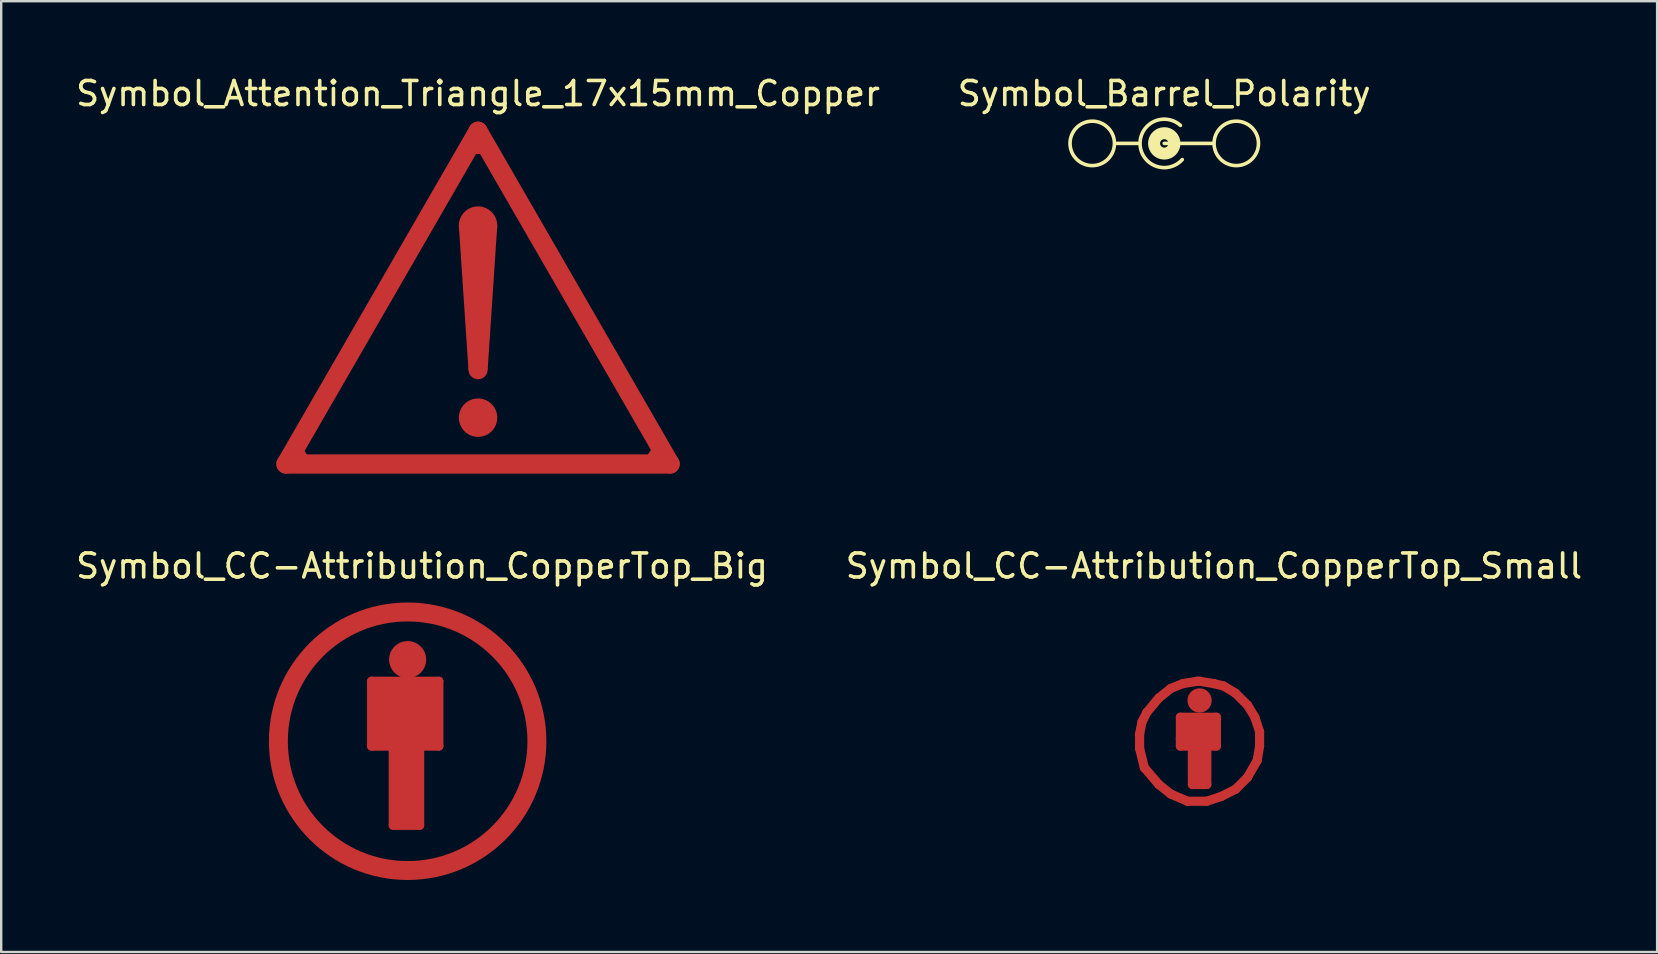
<source format=kicad_pcb>
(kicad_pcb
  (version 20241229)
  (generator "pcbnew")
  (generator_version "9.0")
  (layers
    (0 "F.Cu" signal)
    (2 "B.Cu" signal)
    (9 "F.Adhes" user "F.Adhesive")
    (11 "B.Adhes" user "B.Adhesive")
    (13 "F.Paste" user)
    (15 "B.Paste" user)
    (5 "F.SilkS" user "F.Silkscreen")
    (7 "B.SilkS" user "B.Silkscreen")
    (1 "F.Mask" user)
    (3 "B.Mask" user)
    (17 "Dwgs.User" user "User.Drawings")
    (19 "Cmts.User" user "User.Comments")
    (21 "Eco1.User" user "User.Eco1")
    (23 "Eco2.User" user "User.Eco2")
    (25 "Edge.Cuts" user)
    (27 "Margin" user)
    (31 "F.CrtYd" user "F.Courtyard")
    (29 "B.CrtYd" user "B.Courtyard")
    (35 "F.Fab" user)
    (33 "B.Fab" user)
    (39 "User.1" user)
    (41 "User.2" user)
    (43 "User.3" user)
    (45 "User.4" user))
  (footprint "Symbol_Attention_Triangle_17x15mm_Copper"
    (layer "F.Cu")
    (at 16.863 9.348)
    (property "Reference" "Symbol_Attention_Triangle_17x15mm_Copper" (at 0 -8.5 0) (layer "F.SilkS") (effects (font (size 1 1) (thickness 0.15))))
    (attr exclude_from_pos_files exclude_from_bom)
    (fp_line (start -8 6.93) (end 0 -6.93) (stroke (width 0.8) (type solid)) (layer "F.Cu"))
    (fp_line (start -7.137 6.705) (end -7.403 6.295) (stroke (width 0.2) (type default)) (layer "F.Cu"))
    (fp_line (start -0.27 -6.08) (end 0.25 -6.08) (stroke (width 0.2) (type default)) (layer "F.Cu"))
    (fp_line (start 7.097 6.685) (end 7.363 6.275) (stroke (width 0.2) (type default)) (layer "F.Cu"))
    (fp_line (start 8 6.93) (end -8 6.93) (stroke (width 0.8) (type solid)) (layer "F.Cu"))
    (fp_line (start 8 6.93) (end 0 -6.93) (stroke (width 0.8) (type solid)) (layer "F.Cu"))
    (fp_line (start 8 6.93) (end 7.55 6.15) (stroke (width 0.2) (type default)) (layer "F.Cu"))
    (fp_circle (center 0 -3) (end 0.8 -3) (stroke (width 0) (type solid)) (fill yes) (layer "F.Cu"))
    (fp_circle (center 0 3) (end 0.4 3) (stroke (width 0) (type solid)) (fill yes) (layer "F.Cu"))
    (fp_circle (center 0 5) (end 0.8 5) (stroke (width 0) (type solid)) (fill yes) (layer "F.Cu"))
    (fp_poly (pts (xy -0.4 3) (xy 0.4 3) (xy 0.8 -3) (xy -0.8 -3)) (stroke (width 0) (type solid)) (fill yes) (layer "F.Cu")))
  (footprint "Symbol_CC-Attribution_CopperTop_Big"
    (layer "F.Cu")
    (at 13.93 27.826)
    (property "Reference" "Symbol_CC-Attribution_CopperTop_Big" (at 0.599 -7.3 0) (layer "F.SilkS") (effects (font (size 1 1) (thickness 0.15))))
    (attr exclude_from_pos_files exclude_from_bom)
    (fp_line (start -5.4 0.099) (end -5.199 1.3) (stroke (width 0.381) (type solid)) (layer "F.Cu"))
    (fp_line (start -5.301 -1.1) (end -5.4 0.099) (stroke (width 0.381) (type solid)) (layer "F.Cu"))
    (fp_line (start -5.199 1.3) (end -4.801 2.4) (stroke (width 0.381) (type solid)) (layer "F.Cu"))
    (fp_line (start -5.001 -2.101) (end -5.301 -1.1) (stroke (width 0.381) (type solid)) (layer "F.Cu"))
    (fp_line (start -4.801 2.4) (end -3.8 3.899) (stroke (width 0.381) (type solid)) (layer "F.Cu"))
    (fp_line (start -4.501 -3) (end -5.001 -2.101) (stroke (width 0.381) (type solid)) (layer "F.Cu"))
    (fp_line (start -4 -3.599) (end -4.501 -3) (stroke (width 0.381) (type solid)) (layer "F.Cu"))
    (fp_line (start -3.8 3.899) (end -2.601 4.801) (stroke (width 0.381) (type solid)) (layer "F.Cu"))
    (fp_line (start -3.299 -4.201) (end -4 -3.599) (stroke (width 0.381) (type solid)) (layer "F.Cu"))
    (fp_line (start -2.7 -4.699) (end -3.299 -4.201) (stroke (width 0.381) (type solid)) (layer "F.Cu"))
    (fp_line (start -2.601 4.801) (end -1.3 5.301) (stroke (width 0.381) (type solid)) (layer "F.Cu"))
    (fp_line (start -1.999 -4.9) (end -2.7 -4.699) (stroke (width 0.381) (type solid)) (layer "F.Cu"))
    (fp_line (start -1.501 -2.499) (end 1.3 -2.499) (stroke (width 0.381) (type solid)) (layer "F.Cu"))
    (fp_line (start -1.501 0.201) (end -1.501 -2.499) (stroke (width 0.381) (type solid)) (layer "F.Cu"))
    (fp_line (start -1.4 -2.2) (end 1.1 -2.2) (stroke (width 0.381) (type solid)) (layer "F.Cu"))
    (fp_line (start -1.4 -1.9) (end -1.4 -1.501) (stroke (width 0.381) (type solid)) (layer "F.Cu"))
    (fp_line (start -1.4 -1.6) (end 1.199 -1.6) (stroke (width 0.381) (type solid)) (layer "F.Cu"))
    (fp_line (start -1.4 -1.501) (end -1.4 -1.6) (stroke (width 0.381) (type solid)) (layer "F.Cu"))
    (fp_line (start -1.4 -0.8) (end -1.4 -0.5) (stroke (width 0.381) (type solid)) (layer "F.Cu"))
    (fp_line (start -1.4 -0.5) (end 1.1 -0.5) (stroke (width 0.381) (type solid)) (layer "F.Cu"))
    (fp_line (start -1.4 -0.3) (end -1.4 -0.099) (stroke (width 0.381) (type solid)) (layer "F.Cu"))
    (fp_line (start -1.4 -0.099) (end 1.1 -0.099) (stroke (width 0.381) (type solid)) (layer "F.Cu"))
    (fp_line (start -1.3 -5.1) (end -1.999 -4.9) (stroke (width 0.381) (type solid)) (layer "F.Cu"))
    (fp_line (start -1.3 -1.3) (end -1.3 -1.1) (stroke (width 0.381) (type solid)) (layer "F.Cu"))
    (fp_line (start -1.3 -1.1) (end 1.1 -1.1) (stroke (width 0.381) (type solid)) (layer "F.Cu"))
    (fp_line (start -1.3 5.301) (end 0.099 5.301) (stroke (width 0.381) (type solid)) (layer "F.Cu"))
    (fp_line (start -0.599 0.3) (end -0.599 3.5) (stroke (width 0.381) (type solid)) (layer "F.Cu"))
    (fp_line (start -0.599 3.5) (end 0.5 3.5) (stroke (width 0.381) (type solid)) (layer "F.Cu"))
    (fp_line (start -0.5 -5.4) (end -1.3 -5.1) (stroke (width 0.381) (type solid)) (layer "F.Cu"))
    (fp_line (start -0.399 0.3) (end -0.399 3.299) (stroke (width 0.381) (type solid)) (layer "F.Cu"))
    (fp_line (start -0.399 3.299) (end -0.201 3.299) (stroke (width 0.381) (type solid)) (layer "F.Cu"))
    (fp_line (start -0.3 -3.8) (end -0.3 -3.099) (stroke (width 0.381) (type solid)) (layer "F.Cu"))
    (fp_line (start -0.201 0.3) (end 0.099 0.3) (stroke (width 0.381) (type solid)) (layer "F.Cu"))
    (fp_line (start -0.201 3.299) (end -0.201 0.3) (stroke (width 0.381) (type solid)) (layer "F.Cu"))
    (fp_line (start 0 -5.4) (end -0.5 -5.4) (stroke (width 0.381) (type solid)) (layer "F.Cu"))
    (fp_line (start 0 -3.8) (end 0 -3) (stroke (width 0.381) (type solid)) (layer "F.Cu"))
    (fp_line (start 0.099 0.3) (end 0.099 3.401) (stroke (width 0.381) (type solid)) (layer "F.Cu"))
    (fp_line (start 0.099 3.401) (end 0.3 3.401) (stroke (width 0.381) (type solid)) (layer "F.Cu"))
    (fp_line (start 0.099 5.301) (end 1.6 5.199) (stroke (width 0.381) (type solid)) (layer "F.Cu"))
    (fp_line (start 0.3 -3.8) (end 0.3 -3) (stroke (width 0.381) (type solid)) (layer "F.Cu"))
    (fp_line (start 0.3 3.401) (end 0.3 0.3) (stroke (width 0.381) (type solid)) (layer "F.Cu"))
    (fp_line (start 0.5 3.5) (end 0.5 0.3) (stroke (width 0.381) (type solid)) (layer "F.Cu"))
    (fp_line (start 1.1 -1.1) (end 1.1 -0.8) (stroke (width 0.381) (type solid)) (layer "F.Cu"))
    (fp_line (start 1.1 -0.8) (end -1.4 -0.8) (stroke (width 0.381) (type solid)) (layer "F.Cu"))
    (fp_line (start 1.1 -0.5) (end 1.1 -0.3) (stroke (width 0.381) (type solid)) (layer "F.Cu"))
    (fp_line (start 1.1 -0.3) (end -1.4 -0.3) (stroke (width 0.381) (type solid)) (layer "F.Cu"))
    (fp_line (start 1.199 -1.9) (end -1.4 -1.9) (stroke (width 0.381) (type solid)) (layer "F.Cu"))
    (fp_line (start 1.199 -1.6) (end 1.199 -1.3) (stroke (width 0.381) (type solid)) (layer "F.Cu"))
    (fp_line (start 1.199 -1.3) (end -1.3 -1.3) (stroke (width 0.381) (type solid)) (layer "F.Cu"))
    (fp_line (start 1.3 -2.499) (end 1.3 0.201) (stroke (width 0.381) (type solid)) (layer "F.Cu"))
    (fp_line (start 1.3 0.201) (end -1.501 0.201) (stroke (width 0.381) (type solid)) (layer "F.Cu"))
    (fp_line (start 1.4 -5.199) (end 0 -5.301) (stroke (width 0.381) (type solid)) (layer "F.Cu"))
    (fp_line (start 1.6 5.199) (end 2.601 4.699) (stroke (width 0.381) (type solid)) (layer "F.Cu"))
    (fp_line (start 2.4 -4.801) (end 1.4 -5.199) (stroke (width 0.381) (type solid)) (layer "F.Cu"))
    (fp_line (start 2.601 4.699) (end 4.201 3.401) (stroke (width 0.381) (type solid)) (layer "F.Cu"))
    (fp_line (start 3.401 -4.1) (end 2.4 -4.801) (stroke (width 0.381) (type solid)) (layer "F.Cu"))
    (fp_line (start 4.201 3.401) (end 5.001 1.801) (stroke (width 0.381) (type solid)) (layer "F.Cu"))
    (fp_line (start 4.699 -2.499) (end 3.401 -4.1) (stroke (width 0.381) (type solid)) (layer "F.Cu"))
    (fp_line (start 5.001 1.801) (end 5.4 0.3) (stroke (width 0.381) (type solid)) (layer "F.Cu"))
    (fp_line (start 5.199 -1.4) (end 4.699 -2.499) (stroke (width 0.381) (type solid)) (layer "F.Cu"))
    (fp_line (start 5.4 0.3) (end 5.199 -1.4) (stroke (width 0.381) (type solid)) (layer "F.Cu"))
    (fp_circle (center 0 -3.401) (end 0.3 -2.901) (stroke (width 0.381) (type solid)) (fill no) (layer "F.Cu"))
    (fp_circle (center 0 0) (end 5.08 1.016) (stroke (width 0.381) (type solid)) (fill no) (layer "F.Cu"))
    (fp_circle (center 0 0) (end 5.588 0) (stroke (width 0.381) (type solid)) (fill no) (layer "F.Cu")))
  (footprint "Symbol_Barrel_Polarity"
    (layer "F.Cu")
    (at 45.446 2.848)
    (property "Reference" "Symbol_Barrel_Polarity" (at 0 -2 0) (layer "F.SilkS") (effects (font (size 1 1) (thickness 0.15))))
    (attr exclude_from_pos_files exclude_from_bom)
    (fp_line (start -2 0.075) (end -1.1 0.075) (stroke (width 0.15) (type solid)) (layer "F.SilkS"))
    (fp_line (start 0 0.075) (end 2 0.075) (stroke (width 0.15) (type solid)) (layer "F.SilkS"))
    (fp_arc (start 0.75 0.75) (mid -1.007627 0.128033) (end 0.675 -0.675) (stroke (width 0.15) (type solid)) (layer "F.SilkS"))
    (fp_circle (center -3 0.075) (end -3 1) (stroke (width 0.15) (type solid)) (fill no) (layer "F.SilkS"))
    (fp_circle (center 0 0.075) (end 0 0.25) (stroke (width 0.5) (type solid)) (fill no) (layer "F.SilkS"))
    (fp_circle (center 3 0.075) (end 3 1) (stroke (width 0.15) (type solid)) (fill no) (layer "F.SilkS")))
  (footprint "Symbol_CC-Attribution_CopperTop_Small"
    (layer "F.Cu")
    (at 46.918 27.826)
    (property "Reference" "Symbol_CC-Attribution_CopperTop_Small" (at 0.599 -7.3 0) (layer "F.SilkS") (effects (font (size 1 1) (thickness 0.15))))
    (attr exclude_from_pos_files exclude_from_bom)
    (fp_line (start -2.499 -0.3) (end -2.499 0.3) (stroke (width 0.381) (type solid)) (layer "F.Cu"))
    (fp_line (start -2.499 0.3) (end -2.301 1.1) (stroke (width 0.381) (type solid)) (layer "F.Cu"))
    (fp_line (start -2.4 -0.8) (end -2.499 -0.3) (stroke (width 0.381) (type solid)) (layer "F.Cu"))
    (fp_line (start -2.301 1.1) (end -1.699 1.801) (stroke (width 0.381) (type solid)) (layer "F.Cu"))
    (fp_line (start -2.2 -1.199) (end -2.4 -0.8) (stroke (width 0.381) (type solid)) (layer "F.Cu"))
    (fp_line (start -1.699 -1.801) (end -2.2 -1.199) (stroke (width 0.381) (type solid)) (layer "F.Cu"))
    (fp_line (start -1.699 1.801) (end -1.199 2.2) (stroke (width 0.381) (type solid)) (layer "F.Cu"))
    (fp_line (start -1.199 -2.2) (end -1.699 -1.801) (stroke (width 0.381) (type solid)) (layer "F.Cu"))
    (fp_line (start -1.199 2.2) (end -0.5 2.499) (stroke (width 0.381) (type solid)) (layer "F.Cu"))
    (fp_line (start -0.8 -1.001) (end 0.701 -1.001) (stroke (width 0.381) (type solid)) (layer "F.Cu"))
    (fp_line (start -0.8 -0.099) (end 0.5 -0.099) (stroke (width 0.381) (type solid)) (layer "F.Cu"))
    (fp_line (start -0.8 0.201) (end -0.8 -1.001) (stroke (width 0.381) (type solid)) (layer "F.Cu"))
    (fp_line (start -0.701 -2.4) (end -1.199 -2.2) (stroke (width 0.381) (type solid)) (layer "F.Cu"))
    (fp_line (start -0.701 -0.701) (end 0.599 -0.701) (stroke (width 0.381) (type solid)) (layer "F.Cu"))
    (fp_line (start -0.5 2.499) (end 0.3 2.499) (stroke (width 0.381) (type solid)) (layer "F.Cu"))
    (fp_line (start -0.3 0.3) (end -0.3 1.801) (stroke (width 0.381) (type solid)) (layer "F.Cu"))
    (fp_line (start -0.3 1.801) (end 0.201 1.801) (stroke (width 0.381) (type solid)) (layer "F.Cu"))
    (fp_line (start -0.099 -2.499) (end -0.701 -2.4) (stroke (width 0.381) (type solid)) (layer "F.Cu"))
    (fp_line (start 0 -2.499) (end -0.099 -2.499) (stroke (width 0.381) (type solid)) (layer "F.Cu"))
    (fp_line (start 0 -1.9) (end 0 -1.501) (stroke (width 0.381) (type solid)) (layer "F.Cu"))
    (fp_line (start 0 0.3) (end 0 1.6) (stroke (width 0.381) (type solid)) (layer "F.Cu"))
    (fp_line (start 0.099 1.801) (end 0.3 1.801) (stroke (width 0.381) (type solid)) (layer "F.Cu"))
    (fp_line (start 0.3 1.801) (end 0.3 0.201) (stroke (width 0.381) (type solid)) (layer "F.Cu"))
    (fp_line (start 0.3 2.499) (end 0.899 2.301) (stroke (width 0.381) (type solid)) (layer "F.Cu"))
    (fp_line (start 0.5 -0.399) (end -0.701 -0.399) (stroke (width 0.381) (type solid)) (layer "F.Cu"))
    (fp_line (start 0.599 -2.4) (end 0 -2.499) (stroke (width 0.381) (type solid)) (layer "F.Cu"))
    (fp_line (start 0.701 -1.001) (end 0.701 0.201) (stroke (width 0.381) (type solid)) (layer "F.Cu"))
    (fp_line (start 0.701 0.201) (end -0.8 0.201) (stroke (width 0.381) (type solid)) (layer "F.Cu"))
    (fp_line (start 0.899 2.301) (end 1.501 1.999) (stroke (width 0.381) (type solid)) (layer "F.Cu"))
    (fp_line (start 1.001 -2.301) (end 0.599 -2.4) (stroke (width 0.381) (type solid)) (layer "F.Cu"))
    (fp_line (start 1.501 -1.999) (end 1.001 -2.301) (stroke (width 0.381) (type solid)) (layer "F.Cu"))
    (fp_line (start 1.501 1.999) (end 1.999 1.501) (stroke (width 0.381) (type solid)) (layer "F.Cu"))
    (fp_line (start 1.999 -1.501) (end 1.501 -1.999) (stroke (width 0.381) (type solid)) (layer "F.Cu"))
    (fp_line (start 1.999 1.501) (end 2.4 0.8) (stroke (width 0.381) (type solid)) (layer "F.Cu"))
    (fp_line (start 2.301 -1.001) (end 1.999 -1.501) (stroke (width 0.381) (type solid)) (layer "F.Cu"))
    (fp_line (start 2.4 0.8) (end 2.499 0.201) (stroke (width 0.381) (type solid)) (layer "F.Cu"))
    (fp_line (start 2.499 -0.399) (end 2.301 -1.001) (stroke (width 0.381) (type solid)) (layer "F.Cu"))
    (fp_line (start 2.499 0.201) (end 2.499 -0.399) (stroke (width 0.381) (type solid)) (layer "F.Cu"))
    (fp_circle (center 0 -1.699) (end 0.099 -1.4) (stroke (width 0.381) (type solid)) (fill no) (layer "F.Cu")))
  (gr_rect
    (start -3 -3)
    (end 65.976 36.605)
    (stroke (width 0.1) (type default))
    (fill no)
    (layer "Edge.Cuts")))
</source>
